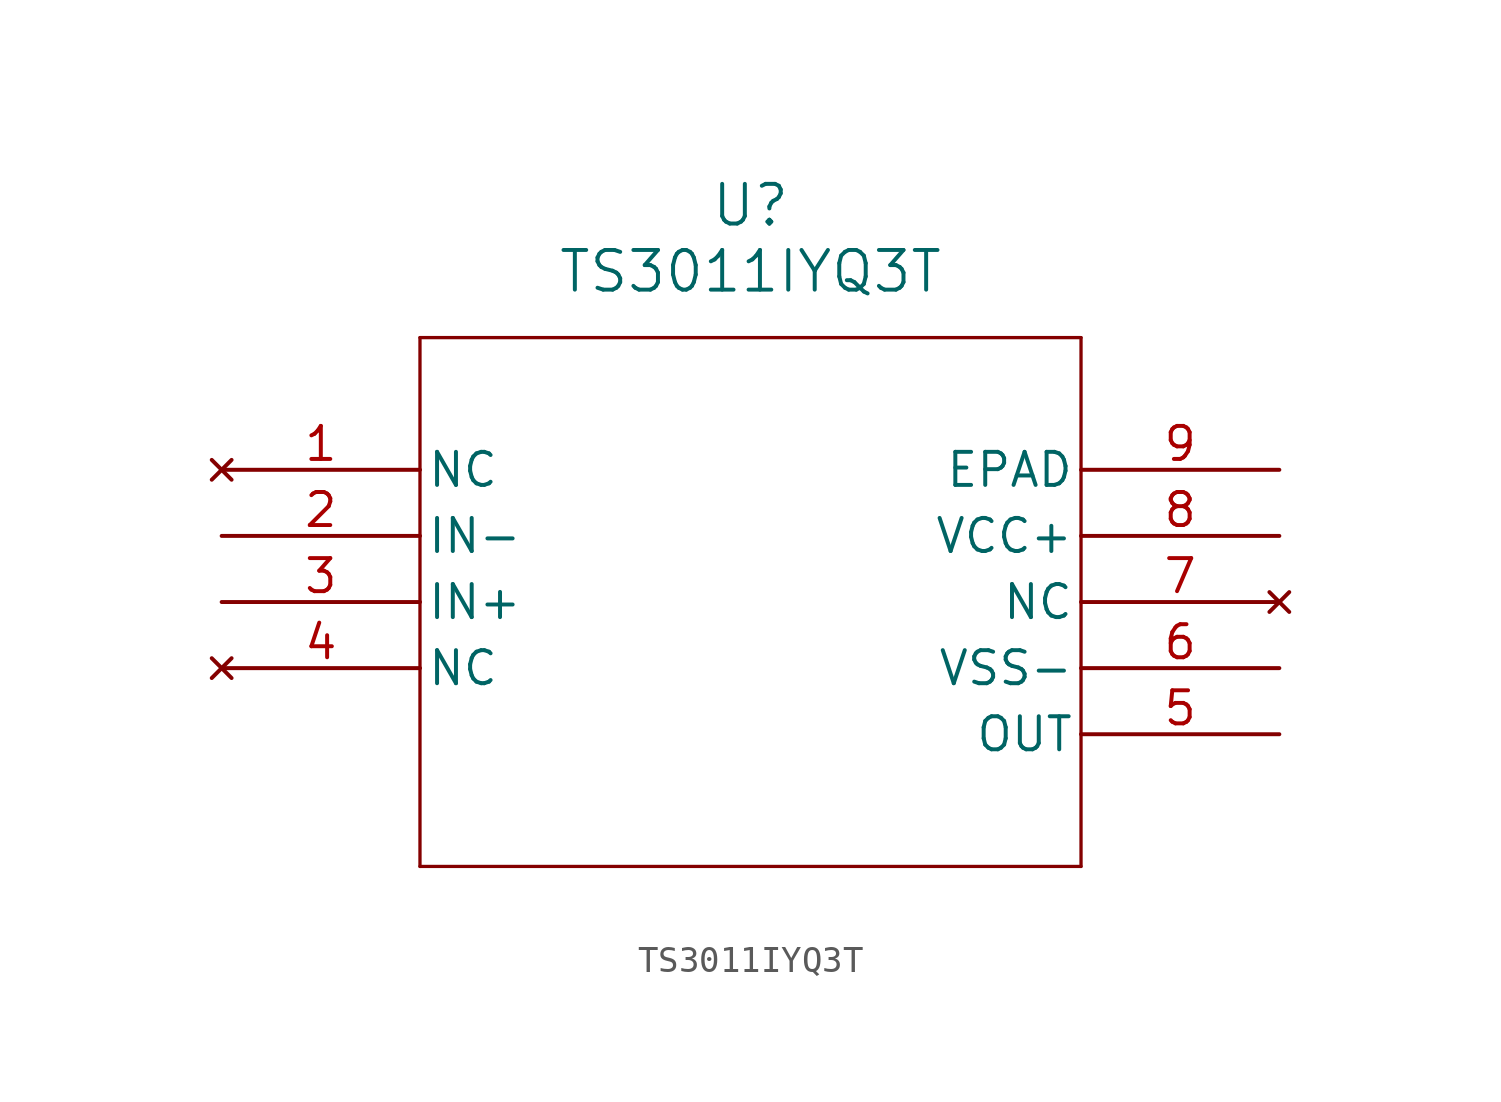
<source format=kicad_sym>
(kicad_symbol_lib
  (version 20211014)
  (generator kicad_symbol_editor)
  (symbol "TS3011IYQ3T"
    (pin_names
      (offset 0.254))
    (property "Reference" "U"
      (at 20.32 10.16 0)
      (effects (font (size 1.524 1.524))))
    (property "Value" "TS3011IYQ3T"
      (at 20.32 7.62 0)
      (effects (font (size 1.524 1.524))))
    (symbol "TS3011IYQ3T_0_1"
      (polyline (pts (xy 7.62 5.08) (xy 7.62 -15.24)) (stroke (width 0.127) (type default) (color 0 0 0 0)) (fill (type none)))
      (polyline (pts (xy 7.62 -15.24) (xy 33.02 -15.24)) (stroke (width 0.127) (type default) (color 0 0 0 0)) (fill (type none)))
      (polyline (pts (xy 33.02 -15.24) (xy 33.02 5.08)) (stroke (width 0.127) (type default) (color 0 0 0 0)) (fill (type none)))
      (polyline (pts (xy 33.02 5.08) (xy 7.62 5.08)) (stroke (width 0.127) (type default) (color 0 0 0 0)) (fill (type none)))
      (pin no_connect line (at 0 0 0) (length 7.62) (name "NC" (effects (font (size 1.27 1.27)))) (number "1" (effects (font (size 1.27 1.27)))))
      (pin input line (at 0 -2.54 0) (length 7.62) (name "IN-" (effects (font (size 1.27 1.27)))) (number "2" (effects (font (size 1.27 1.27)))))
      (pin input line (at 0 -5.08 0) (length 7.62) (name "IN+" (effects (font (size 1.27 1.27)))) (number "3" (effects (font (size 1.27 1.27)))))
      (pin no_connect line (at 0 -7.62 0) (length 7.62) (name "NC" (effects (font (size 1.27 1.27)))) (number "4" (effects (font (size 1.27 1.27)))))
      (pin output line (at 40.64 -10.16 180) (length 7.62) (name "OUT" (effects (font (size 1.27 1.27)))) (number "5" (effects (font (size 1.27 1.27)))))
      (pin power_out line (at 40.64 -7.62 180) (length 7.62) (name "VSS-" (effects (font (size 1.27 1.27)))) (number "6" (effects (font (size 1.27 1.27)))))
      (pin no_connect line (at 40.64 -5.08 180) (length 7.62) (name "NC" (effects (font (size 1.27 1.27)))) (number "7" (effects (font (size 1.27 1.27)))))
      (pin power_in line (at 40.64 -2.54 180) (length 7.62) (name "VCC+" (effects (font (size 1.27 1.27)))) (number "8" (effects (font (size 1.27 1.27)))))
      (pin unspecified line (at 40.64 0 180) (length 7.62) (name "EPAD" (effects (font (size 1.27 1.27)))) (number "9" (effects (font (size 1.27 1.27))))))))
</source>
